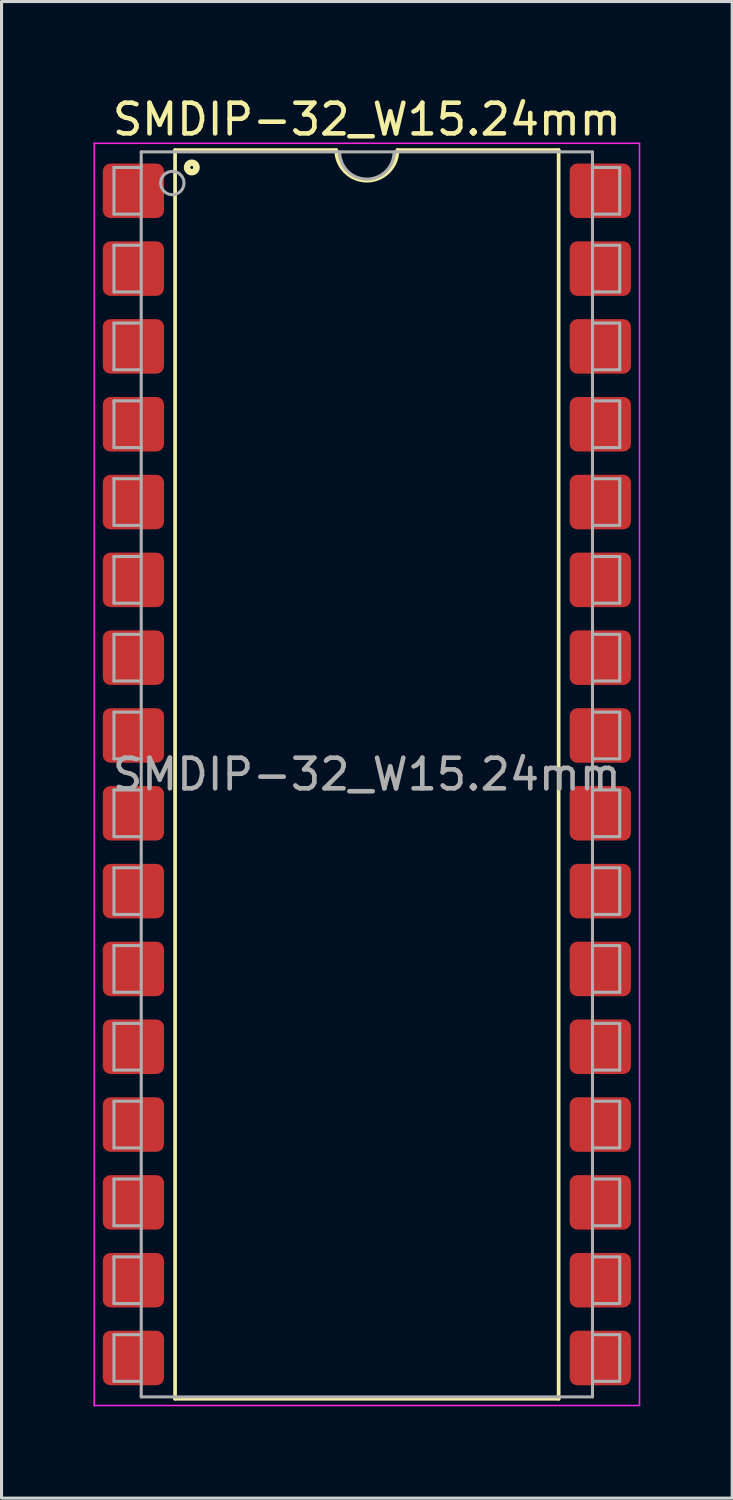
<source format=kicad_pcb>
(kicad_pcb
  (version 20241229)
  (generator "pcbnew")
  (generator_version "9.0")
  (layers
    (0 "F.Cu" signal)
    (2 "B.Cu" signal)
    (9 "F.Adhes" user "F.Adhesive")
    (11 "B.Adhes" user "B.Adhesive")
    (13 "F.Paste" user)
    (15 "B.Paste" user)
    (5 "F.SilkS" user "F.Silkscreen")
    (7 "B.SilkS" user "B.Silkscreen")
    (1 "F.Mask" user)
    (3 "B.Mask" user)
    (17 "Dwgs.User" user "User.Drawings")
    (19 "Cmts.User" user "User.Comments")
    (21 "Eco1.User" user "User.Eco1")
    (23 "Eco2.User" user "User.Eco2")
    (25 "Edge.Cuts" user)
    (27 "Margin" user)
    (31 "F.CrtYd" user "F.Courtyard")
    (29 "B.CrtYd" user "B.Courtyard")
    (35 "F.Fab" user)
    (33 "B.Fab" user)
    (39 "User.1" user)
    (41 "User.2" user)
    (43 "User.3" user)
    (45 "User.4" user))
  (footprint "SMDIP-32_W15.24mm"
    (layer "F.Cu")
    (at 8.925 22.228)
    (property "Reference" "SMDIP-32_W15.24mm" (at 0 -21.38 0) (layer "F.SilkS") (effects (font (size 1 1) (thickness 0.15))))
    (attr smd)
    (fp_line (start -6.26 -20.38) (end -6.26 20.38) (stroke (width 0.12) (type solid)) (layer "F.SilkS"))
    (fp_line (start -6.26 20.38) (end 6.26 20.38) (stroke (width 0.12) (type solid)) (layer "F.SilkS"))
    (fp_line (start -1 -20.38) (end -6.26 -20.38) (stroke (width 0.12) (type solid)) (layer "F.SilkS"))
    (fp_line (start 6.26 -20.38) (end 1 -20.38) (stroke (width 0.12) (type solid)) (layer "F.SilkS"))
    (fp_line (start 6.26 20.38) (end 6.26 -20.38) (stroke (width 0.12) (type solid)) (layer "F.SilkS"))
    (fp_arc (start 1 -20.38) (mid 0 -19.38) (end -1 -20.38) (stroke (width 0.12) (type solid)) (layer "F.SilkS"))
    (fp_circle (center -5.715 -19.812) (end -5.665 -19.812) (stroke (width 0.12) (type solid)) (fill no) (layer "F.SilkS"))
    (fp_circle (center -5.715 -19.812) (end -5.59 -19.812) (stroke (width 0.12) (type solid)) (fill no) (layer "F.SilkS"))
    (fp_circle (center -5.715 -19.812) (end -5.515 -19.812) (stroke (width 0.12) (type solid)) (fill no) (layer "F.SilkS"))
    (fp_line (start -8.9 -20.6) (end -8.9 20.6) (stroke (width 0.05) (type solid)) (layer "F.CrtYd"))
    (fp_line (start -8.9 20.6) (end 8.9 20.6) (stroke (width 0.05) (type solid)) (layer "F.CrtYd"))
    (fp_line (start 8.9 -20.6) (end -8.9 -20.6) (stroke (width 0.05) (type solid)) (layer "F.CrtYd"))
    (fp_line (start 8.9 20.6) (end 8.9 -20.6) (stroke (width 0.05) (type solid)) (layer "F.CrtYd"))
    (fp_line (start -8.255 -19.812) (end -8.255 -18.288) (stroke (width 0.1) (type solid)) (layer "F.Fab"))
    (fp_line (start -8.255 -19.812) (end -7.366 -19.812) (stroke (width 0.1) (type solid)) (layer "F.Fab"))
    (fp_line (start -8.255 -18.288) (end -7.366 -18.288) (stroke (width 0.1) (type solid)) (layer "F.Fab"))
    (fp_line (start -8.255 -17.272) (end -8.255 -15.748) (stroke (width 0.1) (type solid)) (layer "F.Fab"))
    (fp_line (start -8.255 -17.272) (end -7.366 -17.272) (stroke (width 0.1) (type solid)) (layer "F.Fab"))
    (fp_line (start -8.255 -15.748) (end -7.366 -15.748) (stroke (width 0.1) (type solid)) (layer "F.Fab"))
    (fp_line (start -8.255 -14.732) (end -8.255 -13.208) (stroke (width 0.1) (type solid)) (layer "F.Fab"))
    (fp_line (start -8.255 -14.732) (end -7.366 -14.732) (stroke (width 0.1) (type solid)) (layer "F.Fab"))
    (fp_line (start -8.255 -13.208) (end -7.366 -13.208) (stroke (width 0.1) (type solid)) (layer "F.Fab"))
    (fp_line (start -8.255 -12.192) (end -8.255 -10.668) (stroke (width 0.1) (type solid)) (layer "F.Fab"))
    (fp_line (start -8.255 -12.192) (end -7.366 -12.192) (stroke (width 0.1) (type solid)) (layer "F.Fab"))
    (fp_line (start -8.255 -10.668) (end -7.366 -10.668) (stroke (width 0.1) (type solid)) (layer "F.Fab"))
    (fp_line (start -8.255 -9.652) (end -8.255 -8.128) (stroke (width 0.1) (type solid)) (layer "F.Fab"))
    (fp_line (start -8.255 -9.652) (end -7.366 -9.652) (stroke (width 0.1) (type solid)) (layer "F.Fab"))
    (fp_line (start -8.255 -8.128) (end -7.366 -8.128) (stroke (width 0.1) (type solid)) (layer "F.Fab"))
    (fp_line (start -8.255 -7.112) (end -8.255 -5.588) (stroke (width 0.1) (type solid)) (layer "F.Fab"))
    (fp_line (start -8.255 -7.112) (end -7.366 -7.112) (stroke (width 0.1) (type solid)) (layer "F.Fab"))
    (fp_line (start -8.255 -5.588) (end -7.366 -5.588) (stroke (width 0.1) (type solid)) (layer "F.Fab"))
    (fp_line (start -8.255 -4.572) (end -8.255 -3.048) (stroke (width 0.1) (type solid)) (layer "F.Fab"))
    (fp_line (start -8.255 -4.572) (end -7.366 -4.572) (stroke (width 0.1) (type solid)) (layer "F.Fab"))
    (fp_line (start -8.255 -3.048) (end -7.366 -3.048) (stroke (width 0.1) (type solid)) (layer "F.Fab"))
    (fp_line (start -8.255 -2.032) (end -8.255 -0.508) (stroke (width 0.1) (type solid)) (layer "F.Fab"))
    (fp_line (start -8.255 -2.032) (end -7.366 -2.032) (stroke (width 0.1) (type solid)) (layer "F.Fab"))
    (fp_line (start -8.255 -0.508) (end -7.366 -0.508) (stroke (width 0.1) (type solid)) (layer "F.Fab"))
    (fp_line (start -8.255 0.508) (end -8.255 2.032) (stroke (width 0.1) (type solid)) (layer "F.Fab"))
    (fp_line (start -8.255 0.508) (end -7.366 0.508) (stroke (width 0.1) (type solid)) (layer "F.Fab"))
    (fp_line (start -8.255 2.032) (end -7.366 2.032) (stroke (width 0.1) (type solid)) (layer "F.Fab"))
    (fp_line (start -8.255 3.048) (end -8.255 4.572) (stroke (width 0.1) (type solid)) (layer "F.Fab"))
    (fp_line (start -8.255 3.048) (end -7.366 3.048) (stroke (width 0.1) (type solid)) (layer "F.Fab"))
    (fp_line (start -8.255 4.572) (end -7.366 4.572) (stroke (width 0.1) (type solid)) (layer "F.Fab"))
    (fp_line (start -8.255 5.588) (end -8.255 7.112) (stroke (width 0.1) (type solid)) (layer "F.Fab"))
    (fp_line (start -8.255 5.588) (end -7.366 5.588) (stroke (width 0.1) (type solid)) (layer "F.Fab"))
    (fp_line (start -8.255 7.112) (end -7.366 7.112) (stroke (width 0.1) (type solid)) (layer "F.Fab"))
    (fp_line (start -8.255 8.128) (end -8.255 9.652) (stroke (width 0.1) (type solid)) (layer "F.Fab"))
    (fp_line (start -8.255 8.128) (end -7.366 8.128) (stroke (width 0.1) (type solid)) (layer "F.Fab"))
    (fp_line (start -8.255 9.652) (end -7.366 9.652) (stroke (width 0.1) (type solid)) (layer "F.Fab"))
    (fp_line (start -8.255 10.668) (end -8.255 12.192) (stroke (width 0.1) (type solid)) (layer "F.Fab"))
    (fp_line (start -8.255 10.668) (end -7.366 10.668) (stroke (width 0.1) (type solid)) (layer "F.Fab"))
    (fp_line (start -8.255 12.192) (end -7.366 12.192) (stroke (width 0.1) (type solid)) (layer "F.Fab"))
    (fp_line (start -8.255 13.208) (end -8.255 14.732) (stroke (width 0.1) (type solid)) (layer "F.Fab"))
    (fp_line (start -8.255 13.208) (end -7.366 13.208) (stroke (width 0.1) (type solid)) (layer "F.Fab"))
    (fp_line (start -8.255 14.732) (end -7.366 14.732) (stroke (width 0.1) (type solid)) (layer "F.Fab"))
    (fp_line (start -8.255 15.748) (end -8.255 17.272) (stroke (width 0.1) (type solid)) (layer "F.Fab"))
    (fp_line (start -8.255 15.748) (end -7.366 15.748) (stroke (width 0.1) (type solid)) (layer "F.Fab"))
    (fp_line (start -8.255 17.272) (end -7.366 17.272) (stroke (width 0.1) (type solid)) (layer "F.Fab"))
    (fp_line (start -8.255 18.288) (end -8.255 19.812) (stroke (width 0.1) (type solid)) (layer "F.Fab"))
    (fp_line (start -8.255 18.288) (end -7.366 18.288) (stroke (width 0.1) (type solid)) (layer "F.Fab"))
    (fp_line (start -8.255 19.812) (end -7.366 19.812) (stroke (width 0.1) (type solid)) (layer "F.Fab"))
    (fp_line (start -7.366 -20.32) (end 7.365 -20.32) (stroke (width 0.1) (type solid)) (layer "F.Fab"))
    (fp_line (start -7.365 20.32) (end -7.366 -20.32) (stroke (width 0.1) (type solid)) (layer "F.Fab"))
    (fp_line (start 7.365 -20.32) (end 7.365 20.32) (stroke (width 0.1) (type solid)) (layer "F.Fab"))
    (fp_line (start 7.365 20.32) (end -7.365 20.32) (stroke (width 0.1) (type solid)) (layer "F.Fab"))
    (fp_line (start 8.255 -19.812) (end 7.366 -19.812) (stroke (width 0.1) (type solid)) (layer "F.Fab"))
    (fp_line (start 8.255 -18.288) (end 7.366 -18.288) (stroke (width 0.1) (type solid)) (layer "F.Fab"))
    (fp_line (start 8.255 -18.288) (end 8.255 -19.812) (stroke (width 0.1) (type solid)) (layer "F.Fab"))
    (fp_line (start 8.255 -17.272) (end 7.366 -17.272) (stroke (width 0.1) (type solid)) (layer "F.Fab"))
    (fp_line (start 8.255 -15.748) (end 7.366 -15.748) (stroke (width 0.1) (type solid)) (layer "F.Fab"))
    (fp_line (start 8.255 -15.748) (end 8.255 -17.272) (stroke (width 0.1) (type solid)) (layer "F.Fab"))
    (fp_line (start 8.255 -14.732) (end 7.366 -14.732) (stroke (width 0.1) (type solid)) (layer "F.Fab"))
    (fp_line (start 8.255 -13.208) (end 7.366 -13.208) (stroke (width 0.1) (type solid)) (layer "F.Fab"))
    (fp_line (start 8.255 -13.208) (end 8.255 -14.732) (stroke (width 0.1) (type solid)) (layer "F.Fab"))
    (fp_line (start 8.255 -12.192) (end 7.366 -12.192) (stroke (width 0.1) (type solid)) (layer "F.Fab"))
    (fp_line (start 8.255 -10.668) (end 7.366 -10.668) (stroke (width 0.1) (type solid)) (layer "F.Fab"))
    (fp_line (start 8.255 -10.668) (end 8.255 -12.192) (stroke (width 0.1) (type solid)) (layer "F.Fab"))
    (fp_line (start 8.255 -9.652) (end 7.366 -9.652) (stroke (width 0.1) (type solid)) (layer "F.Fab"))
    (fp_line (start 8.255 -8.128) (end 7.366 -8.128) (stroke (width 0.1) (type solid)) (layer "F.Fab"))
    (fp_line (start 8.255 -8.128) (end 8.255 -9.652) (stroke (width 0.1) (type solid)) (layer "F.Fab"))
    (fp_line (start 8.255 -7.112) (end 7.366 -7.112) (stroke (width 0.1) (type solid)) (layer "F.Fab"))
    (fp_line (start 8.255 -5.588) (end 7.366 -5.588) (stroke (width 0.1) (type solid)) (layer "F.Fab"))
    (fp_line (start 8.255 -5.588) (end 8.255 -7.112) (stroke (width 0.1) (type solid)) (layer "F.Fab"))
    (fp_line (start 8.255 -4.572) (end 7.366 -4.572) (stroke (width 0.1) (type solid)) (layer "F.Fab"))
    (fp_line (start 8.255 -3.048) (end 7.366 -3.048) (stroke (width 0.1) (type solid)) (layer "F.Fab"))
    (fp_line (start 8.255 -3.048) (end 8.255 -4.572) (stroke (width 0.1) (type solid)) (layer "F.Fab"))
    (fp_line (start 8.255 -2.032) (end 7.366 -2.032) (stroke (width 0.1) (type solid)) (layer "F.Fab"))
    (fp_line (start 8.255 -0.508) (end 7.366 -0.508) (stroke (width 0.1) (type solid)) (layer "F.Fab"))
    (fp_line (start 8.255 -0.508) (end 8.255 -2.032) (stroke (width 0.1) (type solid)) (layer "F.Fab"))
    (fp_line (start 8.255 0.508) (end 7.366 0.508) (stroke (width 0.1) (type solid)) (layer "F.Fab"))
    (fp_line (start 8.255 2.032) (end 7.366 2.032) (stroke (width 0.1) (type solid)) (layer "F.Fab"))
    (fp_line (start 8.255 2.032) (end 8.255 0.508) (stroke (width 0.1) (type solid)) (layer "F.Fab"))
    (fp_line (start 8.255 3.048) (end 7.366 3.048) (stroke (width 0.1) (type solid)) (layer "F.Fab"))
    (fp_line (start 8.255 4.572) (end 7.366 4.572) (stroke (width 0.1) (type solid)) (layer "F.Fab"))
    (fp_line (start 8.255 4.572) (end 8.255 3.048) (stroke (width 0.1) (type solid)) (layer "F.Fab"))
    (fp_line (start 8.255 5.588) (end 7.366 5.588) (stroke (width 0.1) (type solid)) (layer "F.Fab"))
    (fp_line (start 8.255 7.112) (end 7.366 7.112) (stroke (width 0.1) (type solid)) (layer "F.Fab"))
    (fp_line (start 8.255 7.112) (end 8.255 5.588) (stroke (width 0.1) (type solid)) (layer "F.Fab"))
    (fp_line (start 8.255 8.128) (end 7.366 8.128) (stroke (width 0.1) (type solid)) (layer "F.Fab"))
    (fp_line (start 8.255 9.652) (end 7.366 9.652) (stroke (width 0.1) (type solid)) (layer "F.Fab"))
    (fp_line (start 8.255 9.652) (end 8.255 8.128) (stroke (width 0.1) (type solid)) (layer "F.Fab"))
    (fp_line (start 8.255 10.668) (end 7.366 10.668) (stroke (width 0.1) (type solid)) (layer "F.Fab"))
    (fp_line (start 8.255 12.192) (end 7.366 12.192) (stroke (width 0.1) (type solid)) (layer "F.Fab"))
    (fp_line (start 8.255 12.192) (end 8.255 10.668) (stroke (width 0.1) (type solid)) (layer "F.Fab"))
    (fp_line (start 8.255 13.208) (end 7.366 13.208) (stroke (width 0.1) (type solid)) (layer "F.Fab"))
    (fp_line (start 8.255 14.732) (end 7.366 14.732) (stroke (width 0.1) (type solid)) (layer "F.Fab"))
    (fp_line (start 8.255 14.732) (end 8.255 13.208) (stroke (width 0.1) (type solid)) (layer "F.Fab"))
    (fp_line (start 8.255 15.748) (end 7.366 15.748) (stroke (width 0.1) (type solid)) (layer "F.Fab"))
    (fp_line (start 8.255 17.272) (end 7.366 17.272) (stroke (width 0.1) (type solid)) (layer "F.Fab"))
    (fp_line (start 8.255 17.272) (end 8.255 15.748) (stroke (width 0.1) (type solid)) (layer "F.Fab"))
    (fp_line (start 8.255 18.288) (end 7.366 18.288) (stroke (width 0.1) (type solid)) (layer "F.Fab"))
    (fp_line (start 8.255 19.812) (end 7.366 19.812) (stroke (width 0.1) (type solid)) (layer "F.Fab"))
    (fp_line (start 8.255 19.812) (end 8.255 18.288) (stroke (width 0.1) (type solid)) (layer "F.Fab"))
    (fp_arc (start 0.889 -20.32) (mid 0 -19.431) (end -0.889 -20.32) (stroke (width 0.1) (type solid)) (layer "F.Fab"))
    (fp_circle (center -6.35 -19.304) (end -5.969 -19.304) (stroke (width 0.1) (type solid)) (fill no) (layer "F.Fab"))
    (fp_text user "${REFERENCE}" (at 0 0 0) (layer "F.Fab") (effects (font (size 1 1) (thickness 0.15))))
    (pad "1" smd roundrect (at -7.62 -19.05) (size 2 1.78) (layers "F.Cu" "F.Mask" "F.Paste") (roundrect_rratio 0.14))
    (pad "2" smd roundrect (at -7.62 -16.51) (size 2 1.78) (layers "F.Cu" "F.Mask" "F.Paste") (roundrect_rratio 0.14))
    (pad "3" smd roundrect (at -7.62 -13.97) (size 2 1.78) (layers "F.Cu" "F.Mask" "F.Paste") (roundrect_rratio 0.14))
    (pad "4" smd roundrect (at -7.62 -11.43) (size 2 1.78) (layers "F.Cu" "F.Mask" "F.Paste") (roundrect_rratio 0.14))
    (pad "5" smd roundrect (at -7.62 -8.89) (size 2 1.78) (layers "F.Cu" "F.Mask" "F.Paste") (roundrect_rratio 0.14))
    (pad "6" smd roundrect (at -7.62 -6.35) (size 2 1.78) (layers "F.Cu" "F.Mask" "F.Paste") (roundrect_rratio 0.14))
    (pad "7" smd roundrect (at -7.62 -3.81) (size 2 1.78) (layers "F.Cu" "F.Mask" "F.Paste") (roundrect_rratio 0.14))
    (pad "8" smd roundrect (at -7.62 -1.27) (size 2 1.78) (layers "F.Cu" "F.Mask" "F.Paste") (roundrect_rratio 0.14))
    (pad "9" smd roundrect (at -7.62 1.27) (size 2 1.78) (layers "F.Cu" "F.Mask" "F.Paste") (roundrect_rratio 0.14))
    (pad "10" smd roundrect (at -7.62 3.81) (size 2 1.78) (layers "F.Cu" "F.Mask" "F.Paste") (roundrect_rratio 0.14))
    (pad "11" smd roundrect (at -7.62 6.35) (size 2 1.78) (layers "F.Cu" "F.Mask" "F.Paste") (roundrect_rratio 0.14))
    (pad "12" smd roundrect (at -7.62 8.89) (size 2 1.78) (layers "F.Cu" "F.Mask" "F.Paste") (roundrect_rratio 0.14))
    (pad "13" smd roundrect (at -7.62 11.43) (size 2 1.78) (layers "F.Cu" "F.Mask" "F.Paste") (roundrect_rratio 0.14))
    (pad "14" smd roundrect (at -7.62 13.97) (size 2 1.78) (layers "F.Cu" "F.Mask" "F.Paste") (roundrect_rratio 0.14))
    (pad "15" smd roundrect (at -7.62 16.51) (size 2 1.78) (layers "F.Cu" "F.Mask" "F.Paste") (roundrect_rratio 0.14))
    (pad "16" smd roundrect (at -7.62 19.05) (size 2 1.78) (layers "F.Cu" "F.Mask" "F.Paste") (roundrect_rratio 0.14))
    (pad "17" smd roundrect (at 7.62 19.05) (size 2 1.78) (layers "F.Cu" "F.Mask" "F.Paste") (roundrect_rratio 0.14))
    (pad "18" smd roundrect (at 7.62 16.51) (size 2 1.78) (layers "F.Cu" "F.Mask" "F.Paste") (roundrect_rratio 0.14))
    (pad "19" smd roundrect (at 7.62 13.97) (size 2 1.78) (layers "F.Cu" "F.Mask" "F.Paste") (roundrect_rratio 0.14))
    (pad "20" smd roundrect (at 7.62 11.43) (size 2 1.78) (layers "F.Cu" "F.Mask" "F.Paste") (roundrect_rratio 0.14))
    (pad "21" smd roundrect (at 7.62 8.89) (size 2 1.78) (layers "F.Cu" "F.Mask" "F.Paste") (roundrect_rratio 0.14))
    (pad "22" smd roundrect (at 7.62 6.35) (size 2 1.78) (layers "F.Cu" "F.Mask" "F.Paste") (roundrect_rratio 0.14))
    (pad "23" smd roundrect (at 7.62 3.81) (size 2 1.78) (layers "F.Cu" "F.Mask" "F.Paste") (roundrect_rratio 0.14))
    (pad "24" smd roundrect (at 7.62 1.27) (size 2 1.78) (layers "F.Cu" "F.Mask" "F.Paste") (roundrect_rratio 0.14))
    (pad "25" smd roundrect (at 7.62 -1.27) (size 2 1.78) (layers "F.Cu" "F.Mask" "F.Paste") (roundrect_rratio 0.14))
    (pad "26" smd roundrect (at 7.62 -3.81) (size 2 1.78) (layers "F.Cu" "F.Mask" "F.Paste") (roundrect_rratio 0.14))
    (pad "27" smd roundrect (at 7.62 -6.35) (size 2 1.78) (layers "F.Cu" "F.Mask" "F.Paste") (roundrect_rratio 0.14))
    (pad "28" smd roundrect (at 7.62 -8.89) (size 2 1.78) (layers "F.Cu" "F.Mask" "F.Paste") (roundrect_rratio 0.14))
    (pad "29" smd roundrect (at 7.62 -11.43) (size 2 1.78) (layers "F.Cu" "F.Mask" "F.Paste") (roundrect_rratio 0.14))
    (pad "30" smd roundrect (at 7.62 -13.97) (size 2 1.78) (layers "F.Cu" "F.Mask" "F.Paste") (roundrect_rratio 0.14))
    (pad "31" smd roundrect (at 7.62 -16.51) (size 2 1.78) (layers "F.Cu" "F.Mask" "F.Paste") (roundrect_rratio 0.14))
    (pad "32" smd roundrect (at 7.62 -19.05) (size 2 1.78) (layers "F.Cu" "F.Mask" "F.Paste") (roundrect_rratio 0.14)))
  (gr_rect
    (start -3 -3)
    (end 20.85 45.853)
    (stroke (width 0.1) (type default))
    (fill no)
    (layer "Edge.Cuts")))
</source>
